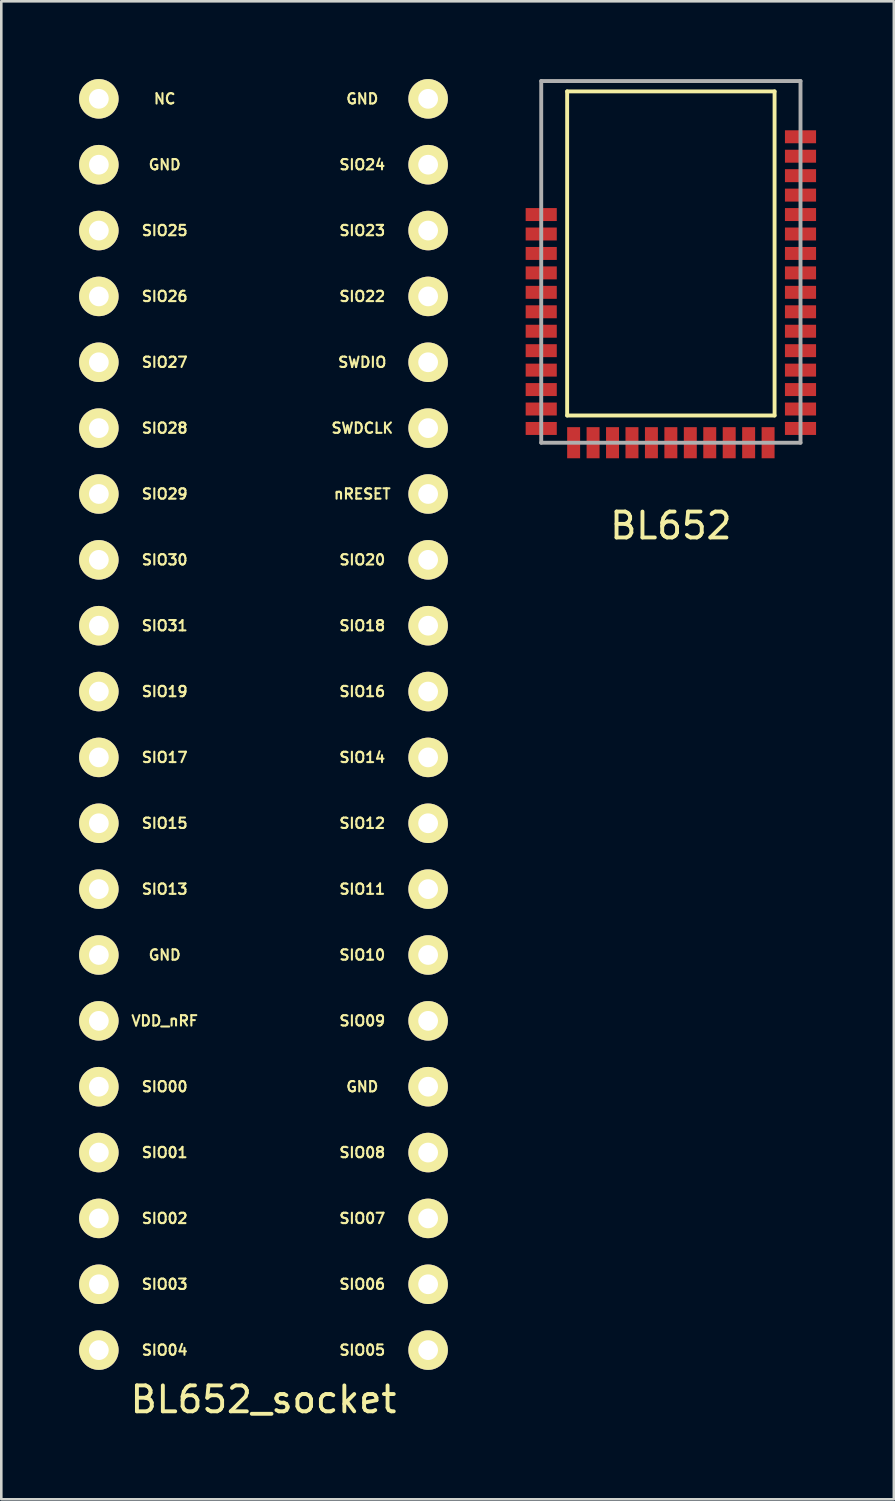
<source format=kicad_pcb>
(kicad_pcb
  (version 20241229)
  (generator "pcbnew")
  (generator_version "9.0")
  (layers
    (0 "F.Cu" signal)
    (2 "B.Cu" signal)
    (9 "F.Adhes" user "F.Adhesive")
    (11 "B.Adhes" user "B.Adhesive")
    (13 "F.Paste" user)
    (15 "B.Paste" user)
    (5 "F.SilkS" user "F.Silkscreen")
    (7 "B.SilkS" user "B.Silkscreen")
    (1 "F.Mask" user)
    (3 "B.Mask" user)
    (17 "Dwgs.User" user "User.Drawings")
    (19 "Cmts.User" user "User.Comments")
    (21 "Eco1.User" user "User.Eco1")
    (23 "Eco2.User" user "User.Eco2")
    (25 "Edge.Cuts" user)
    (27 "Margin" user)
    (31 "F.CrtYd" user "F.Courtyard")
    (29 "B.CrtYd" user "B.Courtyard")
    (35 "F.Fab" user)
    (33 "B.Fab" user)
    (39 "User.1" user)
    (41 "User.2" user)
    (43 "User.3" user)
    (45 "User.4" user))
  (footprint "BL652"
    (layer "F.Cu")
    (at 22.824 6.725)
    (property "Reference" "BL652" (at 0 10.5 0) (layer "F.SilkS") (effects (font (size 1 1) (thickness 0.15))))
    (attr through_hole)
    (fp_line (start -4 -6.25) (end -4 6.25) (stroke (width 0.15) (type solid)) (layer "F.SilkS"))
    (fp_line (start -4 6.25) (end 4 6.25) (stroke (width 0.15) (type solid)) (layer "F.SilkS"))
    (fp_line (start 4 -6.25) (end -4 -6.25) (stroke (width 0.15) (type solid)) (layer "F.SilkS"))
    (fp_line (start 4 6.25) (end 4 -6.25) (stroke (width 0.15) (type solid)) (layer "F.SilkS"))
    (fp_line (start -5 -6.65) (end 5 -6.65) (stroke (width 0.15) (type solid)) (layer "F.Fab"))
    (fp_line (start -5 7.3) (end -5 -6.65) (stroke (width 0.15) (type solid)) (layer "F.Fab"))
    (fp_line (start -5 7.3) (end 5 7.3) (stroke (width 0.15) (type solid)) (layer "F.Fab"))
    (fp_line (start 5 7.3) (end 5 -6.65) (stroke (width 0.15) (type solid)) (layer "F.Fab"))
    (pad "1" smd rect (at 5 -4.5) (size 1.2 0.5) (layers "F.Cu" "F.Mask" "F.Paste"))
    (pad "2" smd rect (at 5 -3.75) (size 1.2 0.5) (layers "F.Cu" "F.Mask" "F.Paste"))
    (pad "3" smd rect (at 5 -3) (size 1.2 0.5) (layers "F.Cu" "F.Mask" "F.Paste"))
    (pad "4" smd rect (at 5 -2.25) (size 1.2 0.5) (layers "F.Cu" "F.Mask" "F.Paste"))
    (pad "5" smd rect (at 5 -1.5) (size 1.2 0.5) (layers "F.Cu" "F.Mask" "F.Paste"))
    (pad "6" smd rect (at 5 -0.75) (size 1.2 0.5) (layers "F.Cu" "F.Mask" "F.Paste"))
    (pad "7" smd rect (at 5 0) (size 1.2 0.5) (layers "F.Cu" "F.Mask" "F.Paste"))
    (pad "8" smd rect (at 5 0.75) (size 1.2 0.5) (layers "F.Cu" "F.Mask" "F.Paste"))
    (pad "9" smd rect (at 5 1.5) (size 1.2 0.5) (layers "F.Cu" "F.Mask" "F.Paste"))
    (pad "10" smd rect (at 5 2.25) (size 1.2 0.5) (layers "F.Cu" "F.Mask" "F.Paste"))
    (pad "11" smd rect (at 5 3) (size 1.2 0.5) (layers "F.Cu" "F.Mask" "F.Paste"))
    (pad "12" smd rect (at 5 3.75) (size 1.2 0.5) (layers "F.Cu" "F.Mask" "F.Paste"))
    (pad "13" smd rect (at 5 4.5) (size 1.2 0.5) (layers "F.Cu" "F.Mask" "F.Paste"))
    (pad "14" smd rect (at 5 5.25) (size 1.2 0.5) (layers "F.Cu" "F.Mask" "F.Paste"))
    (pad "15" smd rect (at 5 6) (size 1.2 0.5) (layers "F.Cu" "F.Mask" "F.Paste"))
    (pad "16" smd rect (at 5 6.75) (size 1.2 0.5) (layers "F.Cu" "F.Mask" "F.Paste"))
    (pad "17" smd rect (at 3.75 7.3) (size 0.5 1.2) (layers "F.Cu" "F.Mask" "F.Paste"))
    (pad "18" smd rect (at 3 7.3) (size 0.5 1.2) (layers "F.Cu" "F.Mask" "F.Paste"))
    (pad "19" smd rect (at 2.25 7.3) (size 0.5 1.2) (layers "F.Cu" "F.Mask" "F.Paste"))
    (pad "20" smd rect (at 1.5 7.3) (size 0.5 1.2) (layers "F.Cu" "F.Mask" "F.Paste"))
    (pad "21" smd rect (at 0.75 7.3) (size 0.5 1.2) (layers "F.Cu" "F.Mask" "F.Paste"))
    (pad "22" smd rect (at 0 7.3) (size 0.5 1.2) (layers "F.Cu" "F.Mask" "F.Paste"))
    (pad "23" smd rect (at -0.75 7.3) (size 0.5 1.2) (layers "F.Cu" "F.Mask" "F.Paste"))
    (pad "24" smd rect (at -1.5 7.3) (size 0.5 1.2) (layers "F.Cu" "F.Mask" "F.Paste"))
    (pad "25" smd rect (at -2.25 7.3) (size 0.5 1.2) (layers "F.Cu" "F.Mask" "F.Paste"))
    (pad "26" smd rect (at -3 7.3) (size 0.5 1.2) (layers "F.Cu" "F.Mask" "F.Paste"))
    (pad "27" smd rect (at -3.75 7.3) (size 0.5 1.2) (layers "F.Cu" "F.Mask" "F.Paste"))
    (pad "28" smd rect (at -5 6.75) (size 1.2 0.5) (layers "F.Cu" "F.Mask" "F.Paste"))
    (pad "29" smd rect (at -5 6) (size 1.2 0.5) (layers "F.Cu" "F.Mask" "F.Paste"))
    (pad "30" smd rect (at -5 5.25) (size 1.2 0.5) (layers "F.Cu" "F.Mask" "F.Paste"))
    (pad "31" smd rect (at -5 4.5) (size 1.2 0.5) (layers "F.Cu" "F.Mask" "F.Paste"))
    (pad "32" smd rect (at -5 3.75) (size 1.2 0.5) (layers "F.Cu" "F.Mask" "F.Paste"))
    (pad "33" smd rect (at -5 3) (size 1.2 0.5) (layers "F.Cu" "F.Mask" "F.Paste"))
    (pad "34" smd rect (at -5 2.25) (size 1.2 0.5) (layers "F.Cu" "F.Mask" "F.Paste"))
    (pad "35" smd rect (at -5 1.5) (size 1.2 0.5) (layers "F.Cu" "F.Mask" "F.Paste"))
    (pad "36" smd rect (at -5 0.75) (size 1.2 0.5) (layers "F.Cu" "F.Mask" "F.Paste"))
    (pad "37" smd rect (at -5 0) (size 1.2 0.5) (layers "F.Cu" "F.Mask" "F.Paste"))
    (pad "38" smd rect (at -5 -0.75) (size 1.2 0.5) (layers "F.Cu" "F.Mask" "F.Paste"))
    (pad "39" smd rect (at -5 -1.5) (size 1.2 0.5) (layers "F.Cu" "F.Mask" "F.Paste")))
  (footprint "BL652_socket"
    (layer "F.Cu")
    (at 7.112 26.162)
    (property "Reference" "BL652_socket" (at 0 24.765 0) (layer "F.SilkS") (effects (font (size 1 1) (thickness 0.15))))
    (attr through_hole)
    (fp_text user "SIO22" (at 3.81 -17.78 0) (layer "F.SilkS") (effects (font (size 0.4 0.4) (thickness 0.08))))
    (fp_text user "SIO31" (at -3.81 -5.08 0) (layer "F.SilkS") (effects (font (size 0.4 0.4) (thickness 0.08))))
    (fp_text user "GND" (at 3.81 12.7 0) (layer "F.SilkS") (effects (font (size 0.4 0.4) (thickness 0.08))))
    (fp_text user "SIO01" (at -3.81 15.24 0) (layer "F.SilkS") (effects (font (size 0.4 0.4) (thickness 0.08))))
    (fp_text user "SIO03" (at -3.81 20.32 0) (layer "F.SilkS") (effects (font (size 0.4 0.4) (thickness 0.08))))
    (fp_text user "SIO04" (at -3.81 22.86 0) (layer "F.SilkS") (effects (font (size 0.4 0.4) (thickness 0.08))))
    (fp_text user "SIO16" (at 3.81 -2.54 0) (layer "F.SilkS") (effects (font (size 0.4 0.4) (thickness 0.08))))
    (fp_text user "NC" (at -3.81 -25.4 0) (layer "F.SilkS") (effects (font (size 0.4 0.4) (thickness 0.08))))
    (fp_text user "SWDCLK" (at 3.81 -12.7 0) (layer "F.SilkS") (effects (font (size 0.4 0.4) (thickness 0.08))))
    (fp_text user "SIO13" (at -3.81 5.08 0) (layer "F.SilkS") (effects (font (size 0.4 0.4) (thickness 0.08))))
    (fp_text user "SIO12" (at 3.81 2.54 0) (layer "F.SilkS") (effects (font (size 0.4 0.4) (thickness 0.08))))
    (fp_text user "SIO17" (at -3.81 0 0) (layer "F.SilkS") (effects (font (size 0.4 0.4) (thickness 0.08))))
    (fp_text user "GND" (at 3.81 -25.4 0) (layer "F.SilkS") (effects (font (size 0.4 0.4) (thickness 0.08))))
    (fp_text user "SIO19" (at -3.81 -2.54 0) (layer "F.SilkS") (effects (font (size 0.4 0.4) (thickness 0.08))))
    (fp_text user "SIO02" (at -3.81 17.78 0) (layer "F.SilkS") (effects (font (size 0.4 0.4) (thickness 0.08))))
    (fp_text user "SIO30" (at -3.81 -7.62 0) (layer "F.SilkS") (effects (font (size 0.4 0.4) (thickness 0.08))))
    (fp_text user "SIO27" (at -3.81 -15.24 0) (layer "F.SilkS") (effects (font (size 0.4 0.4) (thickness 0.08))))
    (fp_text user "SIO07" (at 3.81 17.78 0) (layer "F.SilkS") (effects (font (size 0.4 0.4) (thickness 0.08))))
    (fp_text user "SIO14" (at 3.81 0 0) (layer "F.SilkS") (effects (font (size 0.4 0.4) (thickness 0.08))))
    (fp_text user "nRESET" (at 3.81 -10.16 0) (layer "F.SilkS") (effects (font (size 0.4 0.4) (thickness 0.08))))
    (fp_text user "SIO06" (at 3.81 20.32 0) (layer "F.SilkS") (effects (font (size 0.4 0.4) (thickness 0.08))))
    (fp_text user "SIO28" (at -3.81 -12.7 0) (layer "F.SilkS") (effects (font (size 0.4 0.4) (thickness 0.08))))
    (fp_text user "SIO23" (at 3.81 -20.32 0) (layer "F.SilkS") (effects (font (size 0.4 0.4) (thickness 0.08))))
    (fp_text user "SIO25" (at -3.81 -20.32 0) (layer "F.SilkS") (effects (font (size 0.4 0.4) (thickness 0.08))))
    (fp_text user "GND" (at -3.81 -22.86 0) (layer "F.SilkS") (effects (font (size 0.4 0.4) (thickness 0.08))))
    (fp_text user "SIO20" (at 3.81 -7.62 0) (layer "F.SilkS") (effects (font (size 0.4 0.4) (thickness 0.08))))
    (fp_text user "SIO24" (at 3.81 -22.86 0) (layer "F.SilkS") (effects (font (size 0.4 0.4) (thickness 0.08))))
    (fp_text user "SIO08" (at 3.81 15.24 0) (layer "F.SilkS") (effects (font (size 0.4 0.4) (thickness 0.08))))
    (fp_text user "SIO10" (at 3.81 7.62 0) (layer "F.SilkS") (effects (font (size 0.4 0.4) (thickness 0.08))))
    (fp_text user "SIO00" (at -3.81 12.7 0) (layer "F.SilkS") (effects (font (size 0.4 0.4) (thickness 0.08))))
    (fp_text user "SIO29" (at -3.81 -10.16 0) (layer "F.SilkS") (effects (font (size 0.4 0.4) (thickness 0.08))))
    (fp_text user "SIO11" (at 3.81 5.08 0) (layer "F.SilkS") (effects (font (size 0.4 0.4) (thickness 0.08))))
    (fp_text user "GND" (at -3.81 7.62 0) (layer "F.SilkS") (effects (font (size 0.4 0.4) (thickness 0.08))))
    (fp_text user "SIO15" (at -3.81 2.54 0) (layer "F.SilkS") (effects (font (size 0.4 0.4) (thickness 0.08))))
    (fp_text user "SIO26" (at -3.81 -17.78 0) (layer "F.SilkS") (effects (font (size 0.4 0.4) (thickness 0.08))))
    (fp_text user "SWDIO" (at 3.81 -15.24 0) (layer "F.SilkS") (effects (font (size 0.4 0.4) (thickness 0.08))))
    (fp_text user "VDD_nRF" (at -3.81 10.16 0) (layer "F.SilkS") (effects (font (size 0.4 0.4) (thickness 0.08))))
    (fp_text user "SIO05" (at 3.81 22.86 0) (layer "F.SilkS") (effects (font (size 0.4 0.4) (thickness 0.08))))
    (fp_text user "SIO18" (at 3.81 -5.08 0) (layer "F.SilkS") (effects (font (size 0.4 0.4) (thickness 0.08))))
    (fp_text user "SIO09" (at 3.81 10.16 0) (layer "F.SilkS") (effects (font (size 0.4 0.4) (thickness 0.08))))
    (pad "1" thru_hole circle (at 6.35 -25.4) (size 1.524 1.524) (drill 0.762) (layers "*.Cu" "*.Mask" "F.SilkS"))
    (pad "2" thru_hole circle (at 6.35 -22.86) (size 1.524 1.524) (drill 0.762) (layers "*.Cu" "*.Mask" "F.SilkS"))
    (pad "3" thru_hole circle (at 6.35 -20.32) (size 1.524 1.524) (drill 0.762) (layers "*.Cu" "*.Mask" "F.SilkS"))
    (pad "4" thru_hole circle (at 6.35 -17.78) (size 1.524 1.524) (drill 0.762) (layers "*.Cu" "*.Mask" "F.SilkS"))
    (pad "5" thru_hole circle (at 6.35 -15.24) (size 1.524 1.524) (drill 0.762) (layers "*.Cu" "*.Mask" "F.SilkS"))
    (pad "6" thru_hole circle (at 6.35 -12.7) (size 1.524 1.524) (drill 0.762) (layers "*.Cu" "*.Mask" "F.SilkS"))
    (pad "7" thru_hole circle (at 6.35 -10.16) (size 1.524 1.524) (drill 0.762) (layers "*.Cu" "*.Mask" "F.SilkS"))
    (pad "8" thru_hole circle (at 6.35 -7.62) (size 1.524 1.524) (drill 0.762) (layers "*.Cu" "*.Mask" "F.SilkS"))
    (pad "9" thru_hole circle (at 6.35 -5.08) (size 1.524 1.524) (drill 0.762) (layers "*.Cu" "*.Mask" "F.SilkS"))
    (pad "10" thru_hole circle (at 6.35 -2.54) (size 1.524 1.524) (drill 0.762) (layers "*.Cu" "*.Mask" "F.SilkS"))
    (pad "11" thru_hole circle (at 6.35 0) (size 1.524 1.524) (drill 0.762) (layers "*.Cu" "*.Mask" "F.SilkS"))
    (pad "12" thru_hole circle (at 6.35 2.54) (size 1.524 1.524) (drill 0.762) (layers "*.Cu" "*.Mask" "F.SilkS"))
    (pad "13" thru_hole circle (at 6.35 5.08) (size 1.524 1.524) (drill 0.762) (layers "*.Cu" "*.Mask" "F.SilkS"))
    (pad "14" thru_hole circle (at 6.35 7.62) (size 1.524 1.524) (drill 0.762) (layers "*.Cu" "*.Mask" "F.SilkS"))
    (pad "15" thru_hole circle (at 6.35 10.16) (size 1.524 1.524) (drill 0.762) (layers "*.Cu" "*.Mask" "F.SilkS"))
    (pad "16" thru_hole circle (at 6.35 12.7) (size 1.524 1.524) (drill 0.762) (layers "*.Cu" "*.Mask" "F.SilkS"))
    (pad "17" thru_hole circle (at 6.35 15.24) (size 1.524 1.524) (drill 0.762) (layers "*.Cu" "*.Mask" "F.SilkS"))
    (pad "18" thru_hole circle (at 6.35 17.78) (size 1.524 1.524) (drill 0.762) (layers "*.Cu" "*.Mask" "F.SilkS"))
    (pad "19" thru_hole circle (at 6.35 20.32) (size 1.524 1.524) (drill 0.762) (layers "*.Cu" "*.Mask" "F.SilkS"))
    (pad "20" thru_hole circle (at 6.35 22.86) (size 1.524 1.524) (drill 0.762) (layers "*.Cu" "*.Mask" "F.SilkS"))
    (pad "21" thru_hole circle (at -6.35 22.86) (size 1.524 1.524) (drill 0.762) (layers "*.Cu" "*.Mask" "F.SilkS"))
    (pad "22" thru_hole circle (at -6.35 20.32) (size 1.524 1.524) (drill 0.762) (layers "*.Cu" "*.Mask" "F.SilkS"))
    (pad "23" thru_hole circle (at -6.35 17.78) (size 1.524 1.524) (drill 0.762) (layers "*.Cu" "*.Mask" "F.SilkS"))
    (pad "24" thru_hole circle (at -6.35 15.24) (size 1.524 1.524) (drill 0.762) (layers "*.Cu" "*.Mask" "F.SilkS"))
    (pad "25" thru_hole circle (at -6.35 12.7) (size 1.524 1.524) (drill 0.762) (layers "*.Cu" "*.Mask" "F.SilkS"))
    (pad "26" thru_hole circle (at -6.35 10.16) (size 1.524 1.524) (drill 0.762) (layers "*.Cu" "*.Mask" "F.SilkS"))
    (pad "27" thru_hole circle (at -6.35 7.62) (size 1.524 1.524) (drill 0.762) (layers "*.Cu" "*.Mask" "F.SilkS"))
    (pad "28" thru_hole circle (at -6.35 5.08) (size 1.524 1.524) (drill 0.762) (layers "*.Cu" "*.Mask" "F.SilkS"))
    (pad "29" thru_hole circle (at -6.35 2.54) (size 1.524 1.524) (drill 0.762) (layers "*.Cu" "*.Mask" "F.SilkS"))
    (pad "30" thru_hole circle (at -6.35 0) (size 1.524 1.524) (drill 0.762) (layers "*.Cu" "*.Mask" "F.SilkS"))
    (pad "31" thru_hole circle (at -6.35 -2.54) (size 1.524 1.524) (drill 0.762) (layers "*.Cu" "*.Mask" "F.SilkS"))
    (pad "32" thru_hole circle (at -6.35 -5.08) (size 1.524 1.524) (drill 0.762) (layers "*.Cu" "*.Mask" "F.SilkS"))
    (pad "33" thru_hole circle (at -6.35 -7.62) (size 1.524 1.524) (drill 0.762) (layers "*.Cu" "*.Mask" "F.SilkS"))
    (pad "34" thru_hole circle (at -6.35 -10.16) (size 1.524 1.524) (drill 0.762) (layers "*.Cu" "*.Mask" "F.SilkS"))
    (pad "35" thru_hole circle (at -6.35 -12.7) (size 1.524 1.524) (drill 0.762) (layers "*.Cu" "*.Mask" "F.SilkS"))
    (pad "36" thru_hole circle (at -6.35 -15.24) (size 1.524 1.524) (drill 0.762) (layers "*.Cu" "*.Mask" "F.SilkS"))
    (pad "37" thru_hole circle (at -6.35 -17.78) (size 1.524 1.524) (drill 0.762) (layers "*.Cu" "*.Mask" "F.SilkS"))
    (pad "38" thru_hole circle (at -6.35 -20.32) (size 1.524 1.524) (drill 0.762) (layers "*.Cu" "*.Mask" "F.SilkS"))
    (pad "39" thru_hole circle (at -6.35 -22.86) (size 1.524 1.524) (drill 0.762) (layers "*.Cu" "*.Mask" "F.SilkS"))
    (pad "40" thru_hole circle (at -6.35 -25.4) (size 1.524 1.524) (drill 0.762) (layers "*.Cu" "*.Mask" "F.SilkS")))
  (gr_rect
    (start -3 -3)
    (end 31.424 54.775)
    (stroke (width 0.1) (type default))
    (fill no)
    (layer "Edge.Cuts")))
</source>
